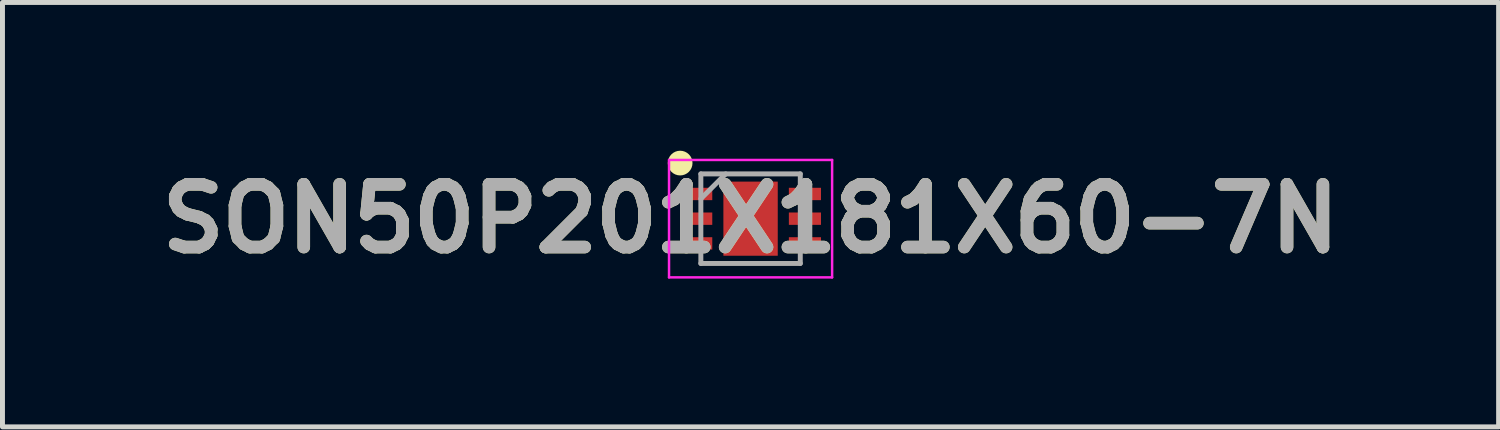
<source format=kicad_pcb>
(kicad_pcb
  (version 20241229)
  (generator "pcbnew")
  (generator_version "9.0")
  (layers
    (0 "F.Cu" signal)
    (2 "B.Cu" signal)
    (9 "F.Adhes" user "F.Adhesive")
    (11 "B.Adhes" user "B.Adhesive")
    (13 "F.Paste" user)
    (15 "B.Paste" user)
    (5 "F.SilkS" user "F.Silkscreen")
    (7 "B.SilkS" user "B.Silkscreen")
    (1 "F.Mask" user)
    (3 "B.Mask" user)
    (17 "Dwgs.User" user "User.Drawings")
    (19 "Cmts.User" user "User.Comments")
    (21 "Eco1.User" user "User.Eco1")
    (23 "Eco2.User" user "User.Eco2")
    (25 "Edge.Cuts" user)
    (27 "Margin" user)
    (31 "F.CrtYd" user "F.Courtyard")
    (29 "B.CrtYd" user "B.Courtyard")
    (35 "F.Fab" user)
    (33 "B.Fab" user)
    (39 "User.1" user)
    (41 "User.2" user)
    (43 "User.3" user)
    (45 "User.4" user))
  (footprint "SON50P201X181X60-7N"
    (layer "F.Cu")
    (at 12.138 1.375)
    (property "Reference" "SON50P201X181X60-7N" (at 0 0 0) (layer "F.SilkS") (effects (font (size 1.27 1.27) (thickness 0.254))))
    (attr smd)
    (fp_circle (center -1.425 -1.125) (end -1.425 -1) (stroke (width 0.25) (type solid)) (fill no) (layer "F.SilkS"))
    (fp_line (start -1.65 -1.188) (end 1.65 -1.188) (stroke (width 0.05) (type solid)) (layer "F.CrtYd"))
    (fp_line (start -1.65 1.188) (end -1.65 -1.188) (stroke (width 0.05) (type solid)) (layer "F.CrtYd"))
    (fp_line (start 1.65 -1.188) (end 1.65 1.188) (stroke (width 0.05) (type solid)) (layer "F.CrtYd"))
    (fp_line (start 1.65 1.188) (end -1.65 1.188) (stroke (width 0.05) (type solid)) (layer "F.CrtYd"))
    (fp_line (start -1.006 -0.906) (end 1.006 -0.906) (stroke (width 0.1) (type solid)) (layer "F.Fab"))
    (fp_line (start -1.006 -0.403) (end -0.503 -0.906) (stroke (width 0.1) (type solid)) (layer "F.Fab"))
    (fp_line (start -1.006 0.906) (end -1.006 -0.906) (stroke (width 0.1) (type solid)) (layer "F.Fab"))
    (fp_line (start 1.006 -0.906) (end 1.006 0.906) (stroke (width 0.1) (type solid)) (layer "F.Fab"))
    (fp_line (start 1.006 0.906) (end -1.006 0.906) (stroke (width 0.1) (type solid)) (layer "F.Fab"))
    (fp_text user "${REFERENCE}" (at 0 0 0) (layer "F.Fab") (effects (font (size 1.27 1.27) (thickness 0.254))))
    (pad "1" smd rect (at -1.1 -0.5 90) (size 0.25 0.65) (layers "F.Cu" "F.Mask" "F.Paste"))
    (pad "2" smd rect (at -1.1 0 90) (size 0.25 0.65) (layers "F.Cu" "F.Mask" "F.Paste"))
    (pad "3" smd rect (at -1.1 0.5 90) (size 0.25 0.65) (layers "F.Cu" "F.Mask" "F.Paste"))
    (pad "4" smd rect (at 1.1 0.5 90) (size 0.25 0.65) (layers "F.Cu" "F.Mask" "F.Paste"))
    (pad "5" smd rect (at 1.1 0 90) (size 0.25 0.65) (layers "F.Cu" "F.Mask" "F.Paste"))
    (pad "6" smd rect (at 1.1 -0.5 90) (size 0.25 0.65) (layers "F.Cu" "F.Mask" "F.Paste"))
    (pad "7" smd rect (at 0 0) (size 1.1 1.5) (layers "F.Cu" "F.Mask" "F.Paste")))
  (gr_rect
    (start -3 -3)
    (end 27.275 5.588)
    (stroke (width 0.1) (type default))
    (fill no)
    (layer "Edge.Cuts")))
</source>
